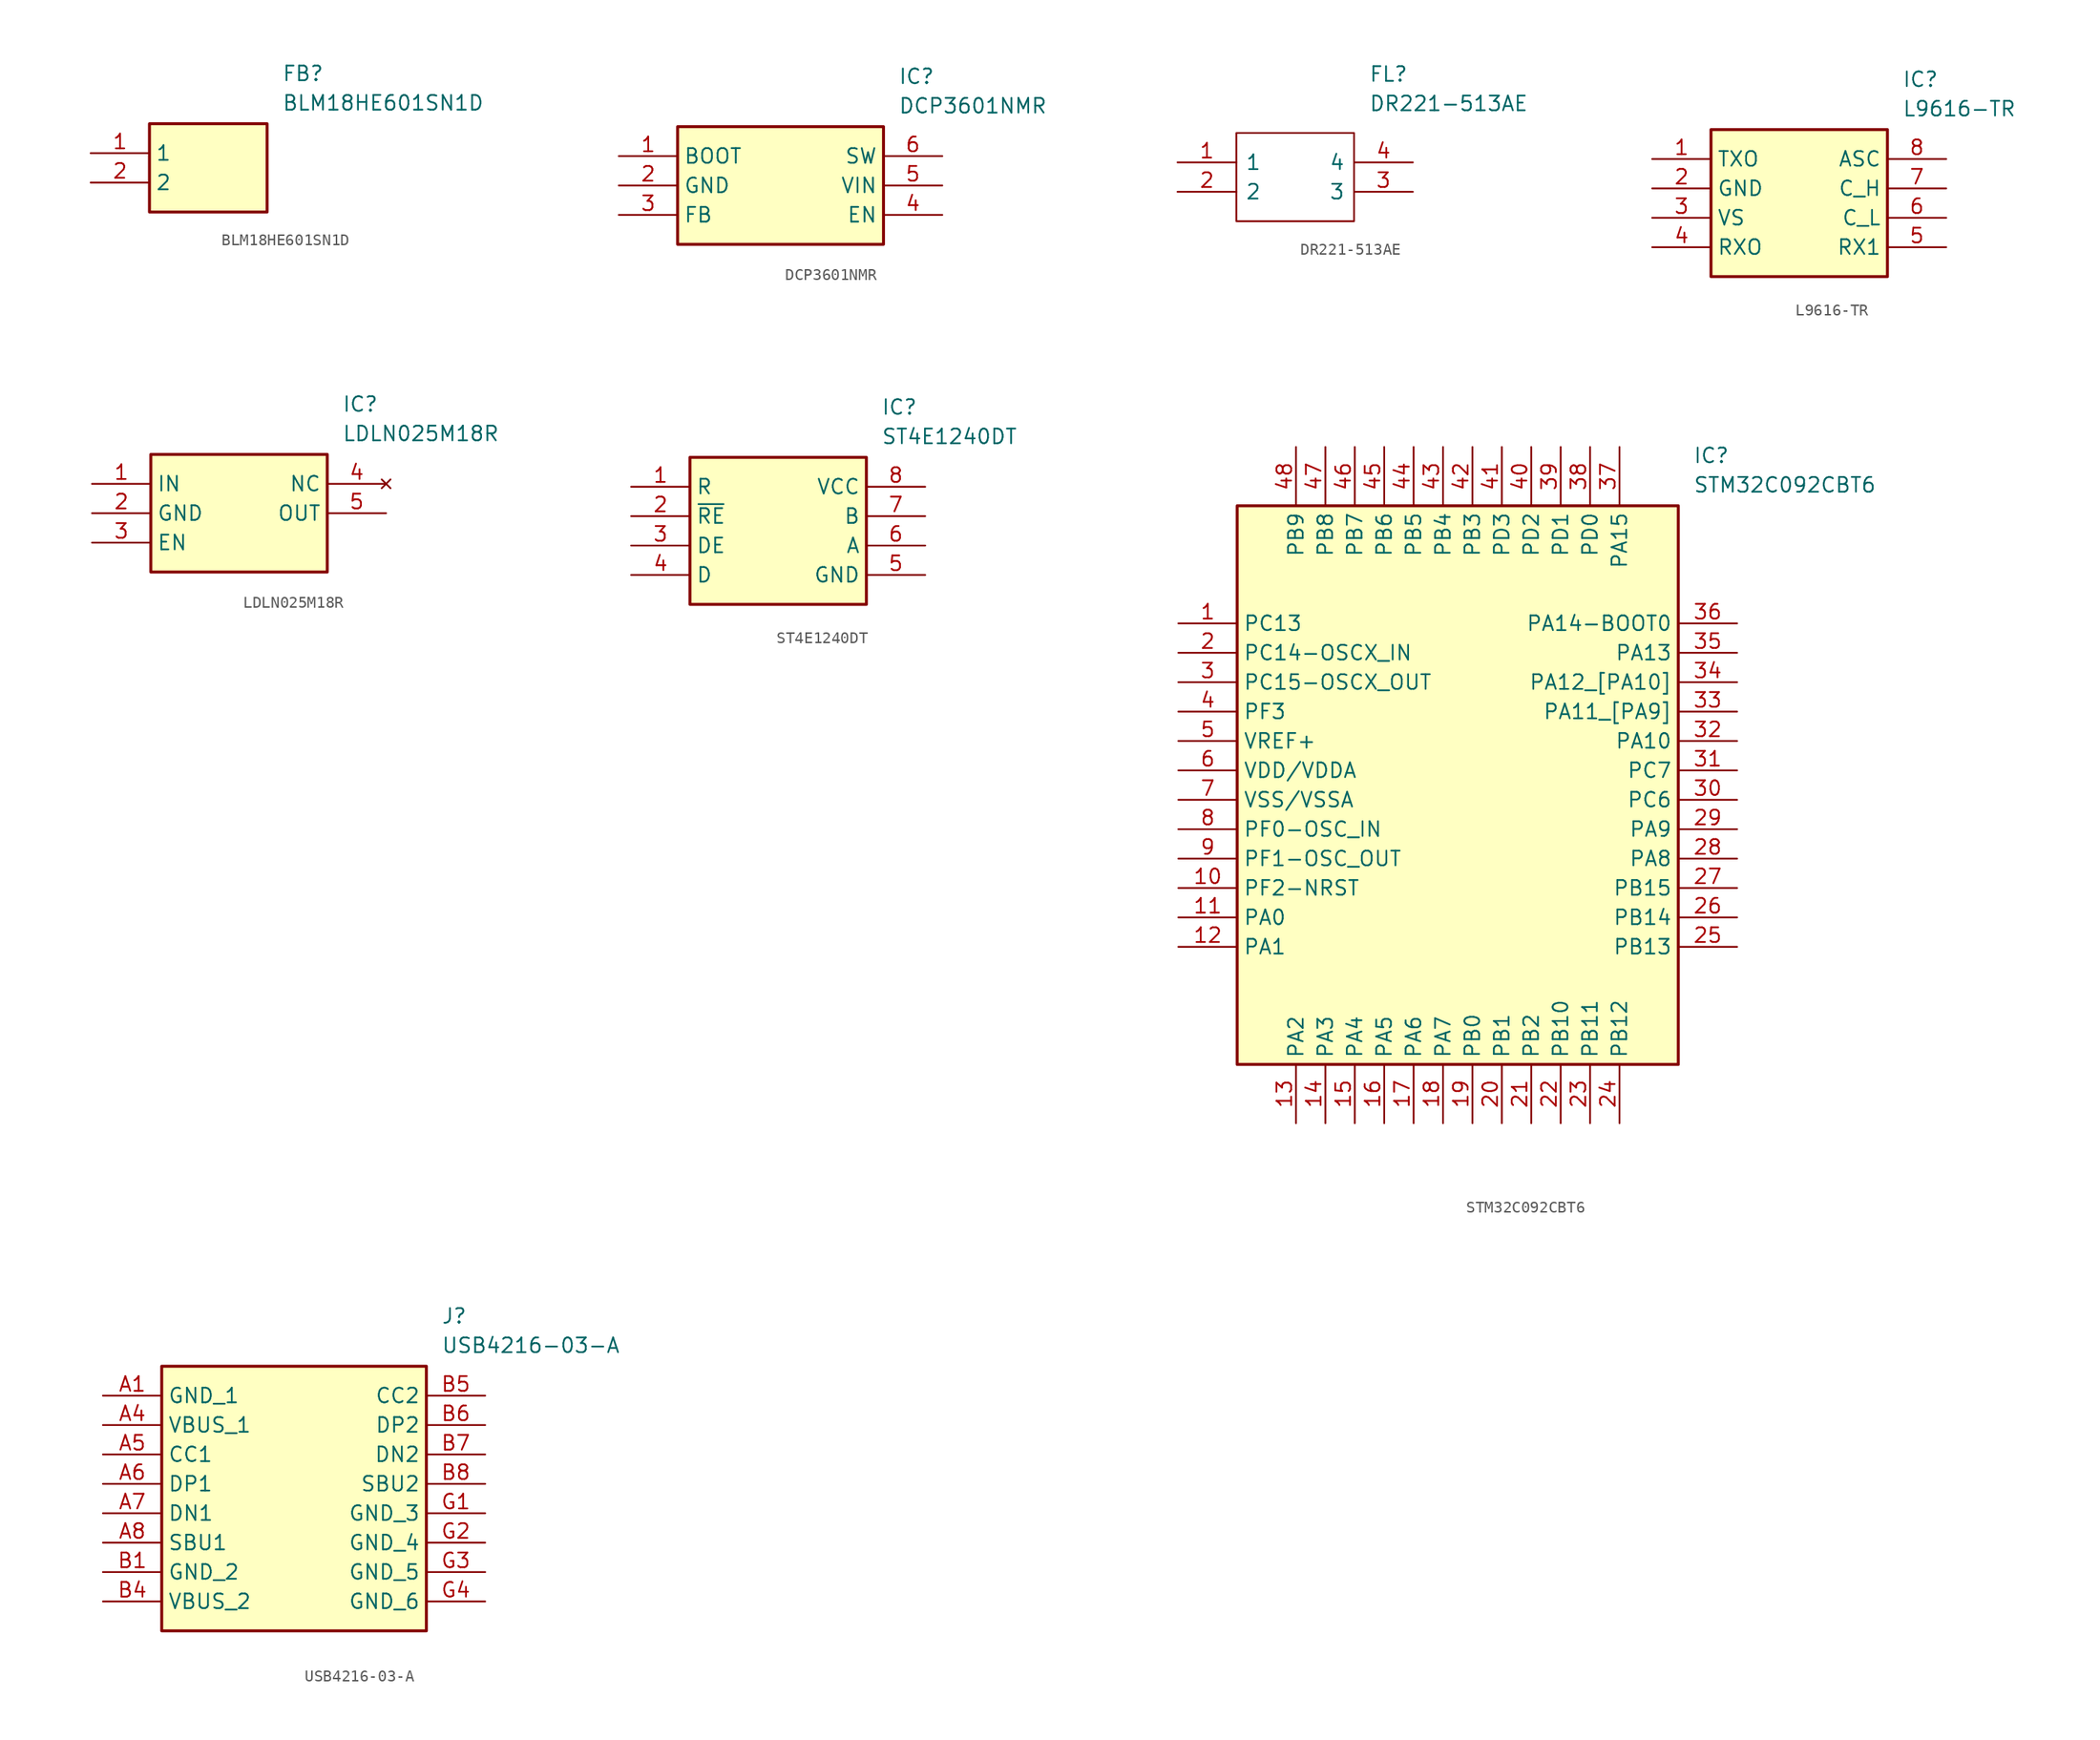
<source format=kicad_sym>
(kicad_symbol_lib
  (version 20241209)
  (generator "kicad_symbol_editor")
  (generator_version "9.0")
  (symbol "BLM18HE601SN1D"
    (property "Reference" "FB"
      (at 16.51 7.62 0)
      (effects (font (size 1.27 1.27)) (justify left top)))
    (property "Value" "BLM18HE601SN1D"
      (at 16.51 5.08 0)
      (effects (font (size 1.27 1.27)) (justify left top)))
    (symbol "BLM18HE601SN1D_1_1"
      (rectangle (start 5.08 2.54) (end 15.24 -5.08) (stroke (width 0.254) (type default)) (fill (type background)))
      (pin passive line (at 0 0 0) (length 5.08) (name "1" (effects (font (size 1.27 1.27)))) (number "1" (effects (font (size 1.27 1.27)))))
      (pin passive line (at 0 -2.54 0) (length 5.08) (name "2" (effects (font (size 1.27 1.27)))) (number "2" (effects (font (size 1.27 1.27)))))))
  (symbol "DCP3601NMR"
    (property "Reference" "IC"
      (at 24.13 7.62 0)
      (effects (font (size 1.27 1.27)) (justify left top)))
    (property "Value" "DCP3601NMR"
      (at 24.13 5.08 0)
      (effects (font (size 1.27 1.27)) (justify left top)))
    (symbol "DCP3601NMR_1_1"
      (rectangle (start 5.08 2.54) (end 22.86 -7.62) (stroke (width 0.254) (type default)) (fill (type background)))
      (pin passive line (at 0 0 0) (length 5.08) (name "BOOT" (effects (font (size 1.27 1.27)))) (number "1" (effects (font (size 1.27 1.27)))))
      (pin passive line (at 0 -2.54 0) (length 5.08) (name "GND" (effects (font (size 1.27 1.27)))) (number "2" (effects (font (size 1.27 1.27)))))
      (pin passive line (at 0 -5.08 0) (length 5.08) (name "FB" (effects (font (size 1.27 1.27)))) (number "3" (effects (font (size 1.27 1.27)))))
      (pin passive line (at 27.94 0 180) (length 5.08) (name "SW" (effects (font (size 1.27 1.27)))) (number "6" (effects (font (size 1.27 1.27)))))
      (pin passive line (at 27.94 -2.54 180) (length 5.08) (name "VIN" (effects (font (size 1.27 1.27)))) (number "5" (effects (font (size 1.27 1.27)))))
      (pin passive line (at 27.94 -5.08 180) (length 5.08) (name "EN" (effects (font (size 1.27 1.27)))) (number "4" (effects (font (size 1.27 1.27)))))))
  (symbol "DR221-513AE"
    (pin_names
      (offset 0.762))
    (property "Reference" "FL"
      (at 16.51 7.62 0)
      (effects (font (size 1.27 1.27)) (justify left)))
    (property "Value" "DR221-513AE"
      (at 16.51 5.08 0)
      (effects (font (size 1.27 1.27)) (justify left)))
    (symbol "DR221-513AE_0_0"
      (pin passive line (at 0 0 0) (length 5.08) (name "1" (effects (font (size 1.27 1.27)))) (number "1" (effects (font (size 1.27 1.27)))))
      (pin passive line (at 0 -2.54 0) (length 5.08) (name "2" (effects (font (size 1.27 1.27)))) (number "2" (effects (font (size 1.27 1.27)))))
      (pin passive line (at 20.32 0 180) (length 5.08) (name "4" (effects (font (size 1.27 1.27)))) (number "4" (effects (font (size 1.27 1.27)))))
      (pin passive line (at 20.32 -2.54 180) (length 5.08) (name "3" (effects (font (size 1.27 1.27)))) (number "3" (effects (font (size 1.27 1.27))))))
    (symbol "DR221-513AE_0_1"
      (polyline (pts (xy 5.08 2.54) (xy 15.24 2.54) (xy 15.24 -5.08) (xy 5.08 -5.08) (xy 5.08 2.54)) (stroke (width 0.152) (type solid)) (fill (type none)))))
  (symbol "L9616-TR"
    (property "Reference" "IC"
      (at 21.59 7.62 0)
      (effects (font (size 1.27 1.27)) (justify left top)))
    (property "Value" "L9616-TR"
      (at 21.59 5.08 0)
      (effects (font (size 1.27 1.27)) (justify left top)))
    (symbol "L9616-TR_1_1"
      (rectangle (start 5.08 2.54) (end 20.32 -10.16) (stroke (width 0.254) (type default)) (fill (type background)))
      (pin passive line (at 0 0 0) (length 5.08) (name "TXO" (effects (font (size 1.27 1.27)))) (number "1" (effects (font (size 1.27 1.27)))))
      (pin passive line (at 0 -2.54 0) (length 5.08) (name "GND" (effects (font (size 1.27 1.27)))) (number "2" (effects (font (size 1.27 1.27)))))
      (pin passive line (at 0 -5.08 0) (length 5.08) (name "VS" (effects (font (size 1.27 1.27)))) (number "3" (effects (font (size 1.27 1.27)))))
      (pin passive line (at 0 -7.62 0) (length 5.08) (name "RXO" (effects (font (size 1.27 1.27)))) (number "4" (effects (font (size 1.27 1.27)))))
      (pin passive line (at 25.4 0 180) (length 5.08) (name "ASC" (effects (font (size 1.27 1.27)))) (number "8" (effects (font (size 1.27 1.27)))))
      (pin passive line (at 25.4 -2.54 180) (length 5.08) (name "C_H" (effects (font (size 1.27 1.27)))) (number "7" (effects (font (size 1.27 1.27)))))
      (pin passive line (at 25.4 -5.08 180) (length 5.08) (name "C_L" (effects (font (size 1.27 1.27)))) (number "6" (effects (font (size 1.27 1.27)))))
      (pin passive line (at 25.4 -7.62 180) (length 5.08) (name "RX1" (effects (font (size 1.27 1.27)))) (number "5" (effects (font (size 1.27 1.27)))))))
  (symbol "LDLN025M18R"
    (property "Reference" "IC"
      (at 21.59 7.62 0)
      (effects (font (size 1.27 1.27)) (justify left top)))
    (property "Value" "LDLN025M18R"
      (at 21.59 5.08 0)
      (effects (font (size 1.27 1.27)) (justify left top)))
    (symbol "LDLN025M18R_1_1"
      (rectangle (start 5.08 2.54) (end 20.32 -7.62) (stroke (width 0.254) (type default)) (fill (type background)))
      (pin input line (at 0 0 0) (length 5.08) (name "IN" (effects (font (size 1.27 1.27)))) (number "1" (effects (font (size 1.27 1.27)))))
      (pin power_in line (at 0 -2.54 0) (length 5.08) (name "GND" (effects (font (size 1.27 1.27)))) (number "2" (effects (font (size 1.27 1.27)))))
      (pin input line (at 0 -5.08 0) (length 5.08) (name "EN" (effects (font (size 1.27 1.27)))) (number "3" (effects (font (size 1.27 1.27)))))
      (pin no_connect line (at 25.4 0 180) (length 5.08) (name "NC" (effects (font (size 1.27 1.27)))) (number "4" (effects (font (size 1.27 1.27)))))
      (pin output line (at 25.4 -2.54 180) (length 5.08) (name "OUT" (effects (font (size 1.27 1.27)))) (number "5" (effects (font (size 1.27 1.27)))))))
  (symbol "ST4E1240DT"
    (property "Reference" "IC"
      (at 21.59 7.62 0)
      (effects (font (size 1.27 1.27)) (justify left top)))
    (property "Value" "ST4E1240DT"
      (at 21.59 5.08 0)
      (effects (font (size 1.27 1.27)) (justify left top)))
    (symbol "ST4E1240DT_1_1"
      (rectangle (start 5.08 2.54) (end 20.32 -10.16) (stroke (width 0.254) (type default)) (fill (type background)))
      (pin passive line (at 0 0 0) (length 5.08) (name "R" (effects (font (size 1.27 1.27)))) (number "1" (effects (font (size 1.27 1.27)))))
      (pin passive line (at 0 -2.54 0) (length 5.08) (name "~{RE}" (effects (font (size 1.27 1.27)))) (number "2" (effects (font (size 1.27 1.27)))))
      (pin passive line (at 0 -5.08 0) (length 5.08) (name "DE" (effects (font (size 1.27 1.27)))) (number "3" (effects (font (size 1.27 1.27)))))
      (pin passive line (at 0 -7.62 0) (length 5.08) (name "D" (effects (font (size 1.27 1.27)))) (number "4" (effects (font (size 1.27 1.27)))))
      (pin passive line (at 25.4 0 180) (length 5.08) (name "VCC" (effects (font (size 1.27 1.27)))) (number "8" (effects (font (size 1.27 1.27)))))
      (pin passive line (at 25.4 -2.54 180) (length 5.08) (name "B" (effects (font (size 1.27 1.27)))) (number "7" (effects (font (size 1.27 1.27)))))
      (pin passive line (at 25.4 -5.08 180) (length 5.08) (name "A" (effects (font (size 1.27 1.27)))) (number "6" (effects (font (size 1.27 1.27)))))
      (pin passive line (at 25.4 -7.62 180) (length 5.08) (name "GND" (effects (font (size 1.27 1.27)))) (number "5" (effects (font (size 1.27 1.27)))))))
  (symbol "STM32C092CBT6"
    (property "Reference" "IC"
      (at 44.45 15.24 0)
      (effects (font (size 1.27 1.27)) (justify left top)))
    (property "Value" "STM32C092CBT6"
      (at 44.45 12.7 0)
      (effects (font (size 1.27 1.27)) (justify left top)))
    (symbol "STM32C092CBT6_1_1"
      (rectangle (start 5.08 10.16) (end 43.18 -38.1) (stroke (width 0.254) (type default)) (fill (type background)))
      (pin passive line (at 0 0 0) (length 5.08) (name "PC13" (effects (font (size 1.27 1.27)))) (number "1" (effects (font (size 1.27 1.27)))))
      (pin passive line (at 0 -2.54 0) (length 5.08) (name "PC14-OSCX_IN" (effects (font (size 1.27 1.27)))) (number "2" (effects (font (size 1.27 1.27)))))
      (pin passive line (at 0 -5.08 0) (length 5.08) (name "PC15-OSCX_OUT" (effects (font (size 1.27 1.27)))) (number "3" (effects (font (size 1.27 1.27)))))
      (pin passive line (at 0 -7.62 0) (length 5.08) (name "PF3" (effects (font (size 1.27 1.27)))) (number "4" (effects (font (size 1.27 1.27)))))
      (pin passive line (at 0 -10.16 0) (length 5.08) (name "VREF+" (effects (font (size 1.27 1.27)))) (number "5" (effects (font (size 1.27 1.27)))))
      (pin passive line (at 0 -12.7 0) (length 5.08) (name "VDD/VDDA" (effects (font (size 1.27 1.27)))) (number "6" (effects (font (size 1.27 1.27)))))
      (pin passive line (at 0 -15.24 0) (length 5.08) (name "VSS/VSSA" (effects (font (size 1.27 1.27)))) (number "7" (effects (font (size 1.27 1.27)))))
      (pin passive line (at 0 -17.78 0) (length 5.08) (name "PF0-OSC_IN" (effects (font (size 1.27 1.27)))) (number "8" (effects (font (size 1.27 1.27)))))
      (pin passive line (at 0 -20.32 0) (length 5.08) (name "PF1-OSC_OUT" (effects (font (size 1.27 1.27)))) (number "9" (effects (font (size 1.27 1.27)))))
      (pin passive line (at 0 -22.86 0) (length 5.08) (name "PF2-NRST" (effects (font (size 1.27 1.27)))) (number "10" (effects (font (size 1.27 1.27)))))
      (pin passive line (at 0 -25.4 0) (length 5.08) (name "PA0" (effects (font (size 1.27 1.27)))) (number "11" (effects (font (size 1.27 1.27)))))
      (pin passive line (at 0 -27.94 0) (length 5.08) (name "PA1" (effects (font (size 1.27 1.27)))) (number "12" (effects (font (size 1.27 1.27)))))
      (pin passive line (at 10.16 15.24 270) (length 5.08) (name "PB9" (effects (font (size 1.27 1.27)))) (number "48" (effects (font (size 1.27 1.27)))))
      (pin passive line (at 10.16 -43.18 90) (length 5.08) (name "PA2" (effects (font (size 1.27 1.27)))) (number "13" (effects (font (size 1.27 1.27)))))
      (pin passive line (at 12.7 15.24 270) (length 5.08) (name "PB8" (effects (font (size 1.27 1.27)))) (number "47" (effects (font (size 1.27 1.27)))))
      (pin passive line (at 12.7 -43.18 90) (length 5.08) (name "PA3" (effects (font (size 1.27 1.27)))) (number "14" (effects (font (size 1.27 1.27)))))
      (pin passive line (at 15.24 15.24 270) (length 5.08) (name "PB7" (effects (font (size 1.27 1.27)))) (number "46" (effects (font (size 1.27 1.27)))))
      (pin passive line (at 15.24 -43.18 90) (length 5.08) (name "PA4" (effects (font (size 1.27 1.27)))) (number "15" (effects (font (size 1.27 1.27)))))
      (pin passive line (at 17.78 15.24 270) (length 5.08) (name "PB6" (effects (font (size 1.27 1.27)))) (number "45" (effects (font (size 1.27 1.27)))))
      (pin passive line (at 17.78 -43.18 90) (length 5.08) (name "PA5" (effects (font (size 1.27 1.27)))) (number "16" (effects (font (size 1.27 1.27)))))
      (pin passive line (at 20.32 15.24 270) (length 5.08) (name "PB5" (effects (font (size 1.27 1.27)))) (number "44" (effects (font (size 1.27 1.27)))))
      (pin passive line (at 20.32 -43.18 90) (length 5.08) (name "PA6" (effects (font (size 1.27 1.27)))) (number "17" (effects (font (size 1.27 1.27)))))
      (pin passive line (at 22.86 15.24 270) (length 5.08) (name "PB4" (effects (font (size 1.27 1.27)))) (number "43" (effects (font (size 1.27 1.27)))))
      (pin passive line (at 22.86 -43.18 90) (length 5.08) (name "PA7" (effects (font (size 1.27 1.27)))) (number "18" (effects (font (size 1.27 1.27)))))
      (pin passive line (at 25.4 15.24 270) (length 5.08) (name "PB3" (effects (font (size 1.27 1.27)))) (number "42" (effects (font (size 1.27 1.27)))))
      (pin passive line (at 25.4 -43.18 90) (length 5.08) (name "PB0" (effects (font (size 1.27 1.27)))) (number "19" (effects (font (size 1.27 1.27)))))
      (pin passive line (at 27.94 15.24 270) (length 5.08) (name "PD3" (effects (font (size 1.27 1.27)))) (number "41" (effects (font (size 1.27 1.27)))))
      (pin passive line (at 27.94 -43.18 90) (length 5.08) (name "PB1" (effects (font (size 1.27 1.27)))) (number "20" (effects (font (size 1.27 1.27)))))
      (pin passive line (at 30.48 15.24 270) (length 5.08) (name "PD2" (effects (font (size 1.27 1.27)))) (number "40" (effects (font (size 1.27 1.27)))))
      (pin passive line (at 30.48 -43.18 90) (length 5.08) (name "PB2" (effects (font (size 1.27 1.27)))) (number "21" (effects (font (size 1.27 1.27)))))
      (pin passive line (at 33.02 15.24 270) (length 5.08) (name "PD1" (effects (font (size 1.27 1.27)))) (number "39" (effects (font (size 1.27 1.27)))))
      (pin passive line (at 33.02 -43.18 90) (length 5.08) (name "PB10" (effects (font (size 1.27 1.27)))) (number "22" (effects (font (size 1.27 1.27)))))
      (pin passive line (at 35.56 15.24 270) (length 5.08) (name "PD0" (effects (font (size 1.27 1.27)))) (number "38" (effects (font (size 1.27 1.27)))))
      (pin passive line (at 35.56 -43.18 90) (length 5.08) (name "PB11" (effects (font (size 1.27 1.27)))) (number "23" (effects (font (size 1.27 1.27)))))
      (pin passive line (at 38.1 15.24 270) (length 5.08) (name "PA15" (effects (font (size 1.27 1.27)))) (number "37" (effects (font (size 1.27 1.27)))))
      (pin passive line (at 38.1 -43.18 90) (length 5.08) (name "PB12" (effects (font (size 1.27 1.27)))) (number "24" (effects (font (size 1.27 1.27)))))
      (pin passive line (at 48.26 0 180) (length 5.08) (name "PA14-BOOT0" (effects (font (size 1.27 1.27)))) (number "36" (effects (font (size 1.27 1.27)))))
      (pin passive line (at 48.26 -2.54 180) (length 5.08) (name "PA13" (effects (font (size 1.27 1.27)))) (number "35" (effects (font (size 1.27 1.27)))))
      (pin passive line (at 48.26 -5.08 180) (length 5.08) (name "PA12_[PA10]" (effects (font (size 1.27 1.27)))) (number "34" (effects (font (size 1.27 1.27)))))
      (pin passive line (at 48.26 -7.62 180) (length 5.08) (name "PA11_[PA9]" (effects (font (size 1.27 1.27)))) (number "33" (effects (font (size 1.27 1.27)))))
      (pin passive line (at 48.26 -10.16 180) (length 5.08) (name "PA10" (effects (font (size 1.27 1.27)))) (number "32" (effects (font (size 1.27 1.27)))))
      (pin passive line (at 48.26 -12.7 180) (length 5.08) (name "PC7" (effects (font (size 1.27 1.27)))) (number "31" (effects (font (size 1.27 1.27)))))
      (pin passive line (at 48.26 -15.24 180) (length 5.08) (name "PC6" (effects (font (size 1.27 1.27)))) (number "30" (effects (font (size 1.27 1.27)))))
      (pin passive line (at 48.26 -17.78 180) (length 5.08) (name "PA9" (effects (font (size 1.27 1.27)))) (number "29" (effects (font (size 1.27 1.27)))))
      (pin passive line (at 48.26 -20.32 180) (length 5.08) (name "PA8" (effects (font (size 1.27 1.27)))) (number "28" (effects (font (size 1.27 1.27)))))
      (pin passive line (at 48.26 -22.86 180) (length 5.08) (name "PB15" (effects (font (size 1.27 1.27)))) (number "27" (effects (font (size 1.27 1.27)))))
      (pin passive line (at 48.26 -25.4 180) (length 5.08) (name "PB14" (effects (font (size 1.27 1.27)))) (number "26" (effects (font (size 1.27 1.27)))))
      (pin passive line (at 48.26 -27.94 180) (length 5.08) (name "PB13" (effects (font (size 1.27 1.27)))) (number "25" (effects (font (size 1.27 1.27)))))))
  (symbol "USB4216-03-A"
    (property "Reference" "J"
      (at 29.21 7.62 0)
      (effects (font (size 1.27 1.27)) (justify left top)))
    (property "Value" "USB4216-03-A"
      (at 29.21 5.08 0)
      (effects (font (size 1.27 1.27)) (justify left top)))
    (symbol "USB4216-03-A_1_1"
      (rectangle (start 5.08 2.54) (end 27.94 -20.32) (stroke (width 0.254) (type default)) (fill (type background)))
      (pin passive line (at 0 0 0) (length 5.08) (name "GND_1" (effects (font (size 1.27 1.27)))) (number "A1" (effects (font (size 1.27 1.27)))))
      (pin passive line (at 0 -2.54 0) (length 5.08) (name "VBUS_1" (effects (font (size 1.27 1.27)))) (number "A4" (effects (font (size 1.27 1.27)))))
      (pin passive line (at 0 -5.08 0) (length 5.08) (name "CC1" (effects (font (size 1.27 1.27)))) (number "A5" (effects (font (size 1.27 1.27)))))
      (pin passive line (at 0 -7.62 0) (length 5.08) (name "DP1" (effects (font (size 1.27 1.27)))) (number "A6" (effects (font (size 1.27 1.27)))))
      (pin passive line (at 0 -10.16 0) (length 5.08) (name "DN1" (effects (font (size 1.27 1.27)))) (number "A7" (effects (font (size 1.27 1.27)))))
      (pin passive line (at 0 -12.7 0) (length 5.08) (name "SBU1" (effects (font (size 1.27 1.27)))) (number "A8" (effects (font (size 1.27 1.27)))))
      (pin passive line (at 0 -15.24 0) (length 5.08) (name "GND_2" (effects (font (size 1.27 1.27)))) (number "B1" (effects (font (size 1.27 1.27)))))
      (pin passive line (at 0 -17.78 0) (length 5.08) (name "VBUS_2" (effects (font (size 1.27 1.27)))) (number "B4" (effects (font (size 1.27 1.27)))))
      (pin passive line (at 33.02 0 180) (length 5.08) (name "CC2" (effects (font (size 1.27 1.27)))) (number "B5" (effects (font (size 1.27 1.27)))))
      (pin passive line (at 33.02 -2.54 180) (length 5.08) (name "DP2" (effects (font (size 1.27 1.27)))) (number "B6" (effects (font (size 1.27 1.27)))))
      (pin passive line (at 33.02 -5.08 180) (length 5.08) (name "DN2" (effects (font (size 1.27 1.27)))) (number "B7" (effects (font (size 1.27 1.27)))))
      (pin passive line (at 33.02 -7.62 180) (length 5.08) (name "SBU2" (effects (font (size 1.27 1.27)))) (number "B8" (effects (font (size 1.27 1.27)))))
      (pin passive line (at 33.02 -10.16 180) (length 5.08) (name "GND_3" (effects (font (size 1.27 1.27)))) (number "G1" (effects (font (size 1.27 1.27)))))
      (pin passive line (at 33.02 -12.7 180) (length 5.08) (name "GND_4" (effects (font (size 1.27 1.27)))) (number "G2" (effects (font (size 1.27 1.27)))))
      (pin passive line (at 33.02 -15.24 180) (length 5.08) (name "GND_5" (effects (font (size 1.27 1.27)))) (number "G3" (effects (font (size 1.27 1.27)))))
      (pin passive line (at 33.02 -17.78 180) (length 5.08) (name "GND_6" (effects (font (size 1.27 1.27)))) (number "G4" (effects (font (size 1.27 1.27))))))))
</source>
